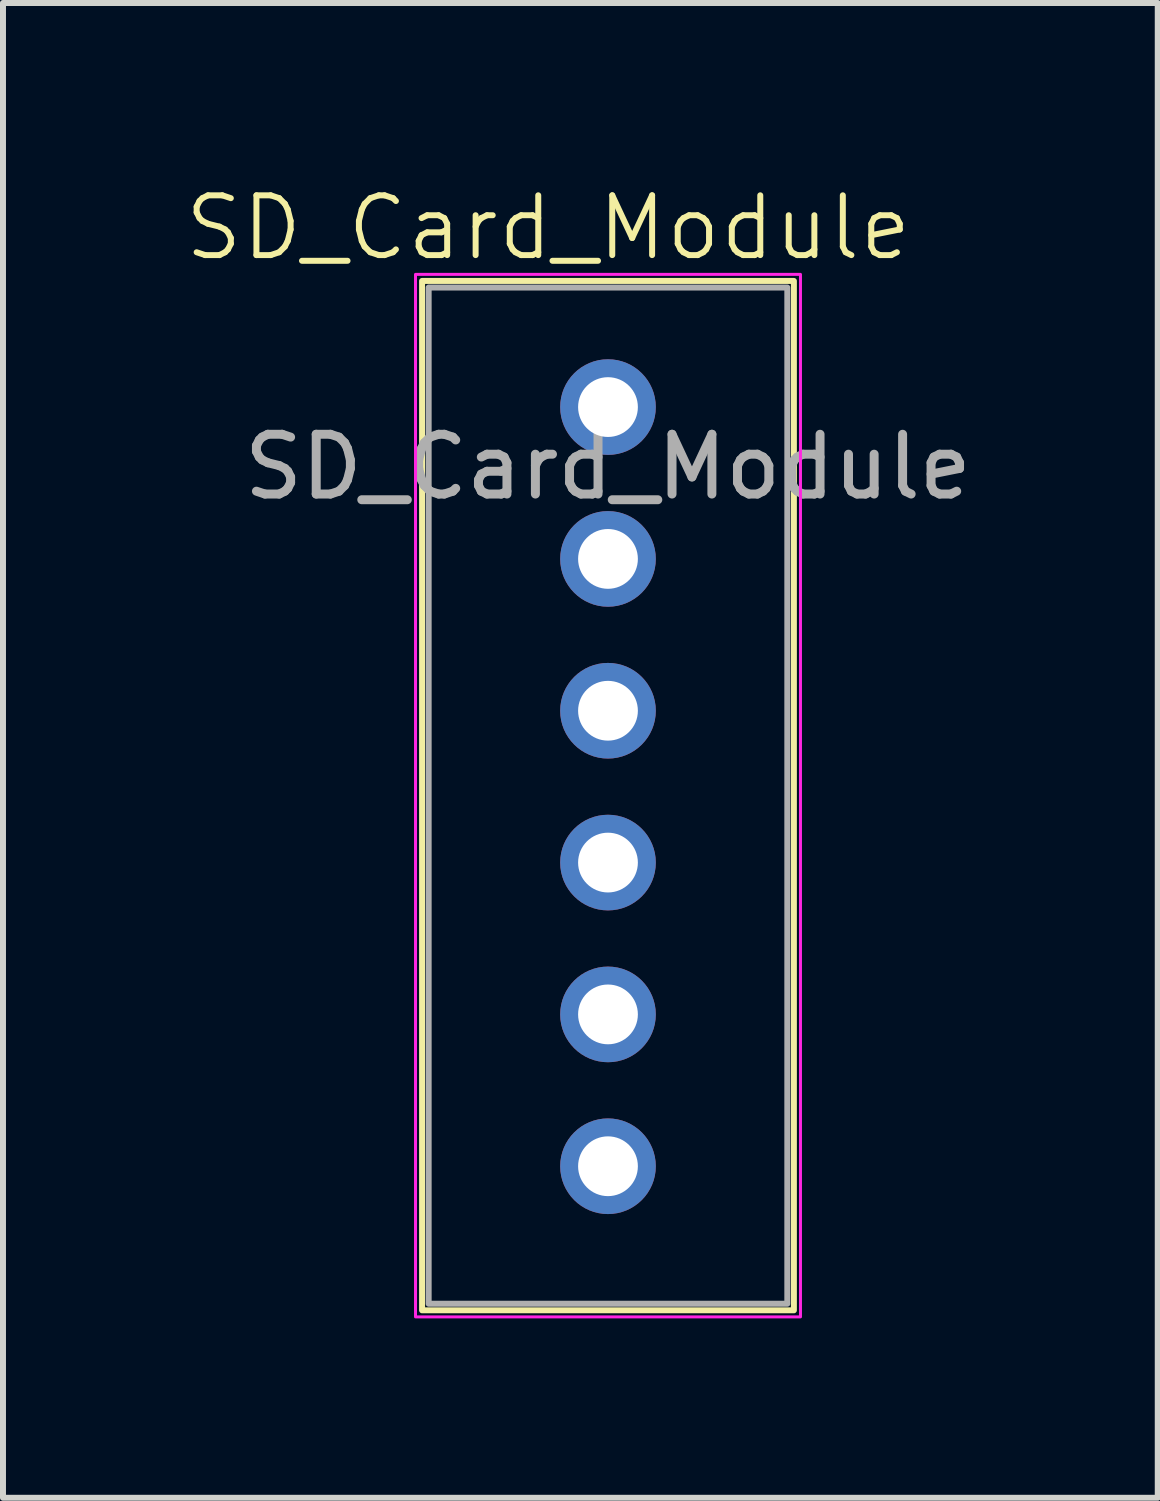
<source format=kicad_pcb>
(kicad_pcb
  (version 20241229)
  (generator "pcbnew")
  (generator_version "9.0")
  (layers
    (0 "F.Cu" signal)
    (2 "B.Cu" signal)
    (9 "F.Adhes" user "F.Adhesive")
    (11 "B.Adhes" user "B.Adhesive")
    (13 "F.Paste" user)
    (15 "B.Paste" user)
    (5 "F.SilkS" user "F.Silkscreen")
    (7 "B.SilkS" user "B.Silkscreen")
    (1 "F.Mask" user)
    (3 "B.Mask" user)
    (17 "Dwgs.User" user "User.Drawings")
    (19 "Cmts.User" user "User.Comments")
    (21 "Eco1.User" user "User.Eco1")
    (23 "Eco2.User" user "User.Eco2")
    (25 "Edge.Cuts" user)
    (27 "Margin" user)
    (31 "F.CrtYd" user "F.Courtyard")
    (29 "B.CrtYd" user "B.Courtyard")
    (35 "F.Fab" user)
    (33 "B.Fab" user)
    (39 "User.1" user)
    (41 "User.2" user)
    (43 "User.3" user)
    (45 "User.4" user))
  (footprint "SD_Card_Module"
    (layer "F.Cu")
    (at 7.121 3.76)
    (property "Reference" "SD_Card_Module" (at -1 -3 0) (unlocked yes) (layer "F.SilkS") (effects (font (size 1 1) (thickness 0.1))))
    (attr through_hole)
    (fp_rect (start -3.11 -2.11) (end 3.11 15.11) (stroke (width 0.1) (type default)) (fill no) (layer "F.SilkS"))
    (fp_rect (start -3.22 -2.22) (end 3.22 15.22) (stroke (width 0.05) (type default)) (fill no) (layer "F.CrtYd"))
    (fp_rect (start -3 -2) (end 3 15) (stroke (width 0.1) (type default)) (fill no) (layer "F.Fab"))
    (fp_text user "${REFERENCE}" (at 0 1 0) (unlocked yes) (layer "F.Fab") (effects (font (size 1 1) (thickness 0.15))))
    (pad "1" thru_hole circle (at 0 0) (size 1.6 1.6) (drill 1) (layers "*.Cu" "*.Mask"))
    (pad "2" thru_hole circle (at 0 2.54) (size 1.6 1.6) (drill 1) (layers "*.Cu" "*.Mask"))
    (pad "3" thru_hole circle (at 0 5.08) (size 1.6 1.6) (drill 1) (layers "*.Cu" "*.Mask"))
    (pad "4" thru_hole circle (at 0 7.62) (size 1.6 1.6) (drill 1) (layers "*.Cu" "*.Mask"))
    (pad "5" thru_hole circle (at 0 10.16) (size 1.6 1.6) (drill 1) (layers "*.Cu" "*.Mask"))
    (pad "6" thru_hole circle (at 0 12.7) (size 1.6 1.6) (drill 1) (layers "*.Cu" "*.Mask")))
  (gr_rect
    (start -3 -3)
    (end 16.318 22.006)
    (stroke (width 0.1) (type default))
    (fill no)
    (layer "Edge.Cuts")))
</source>
